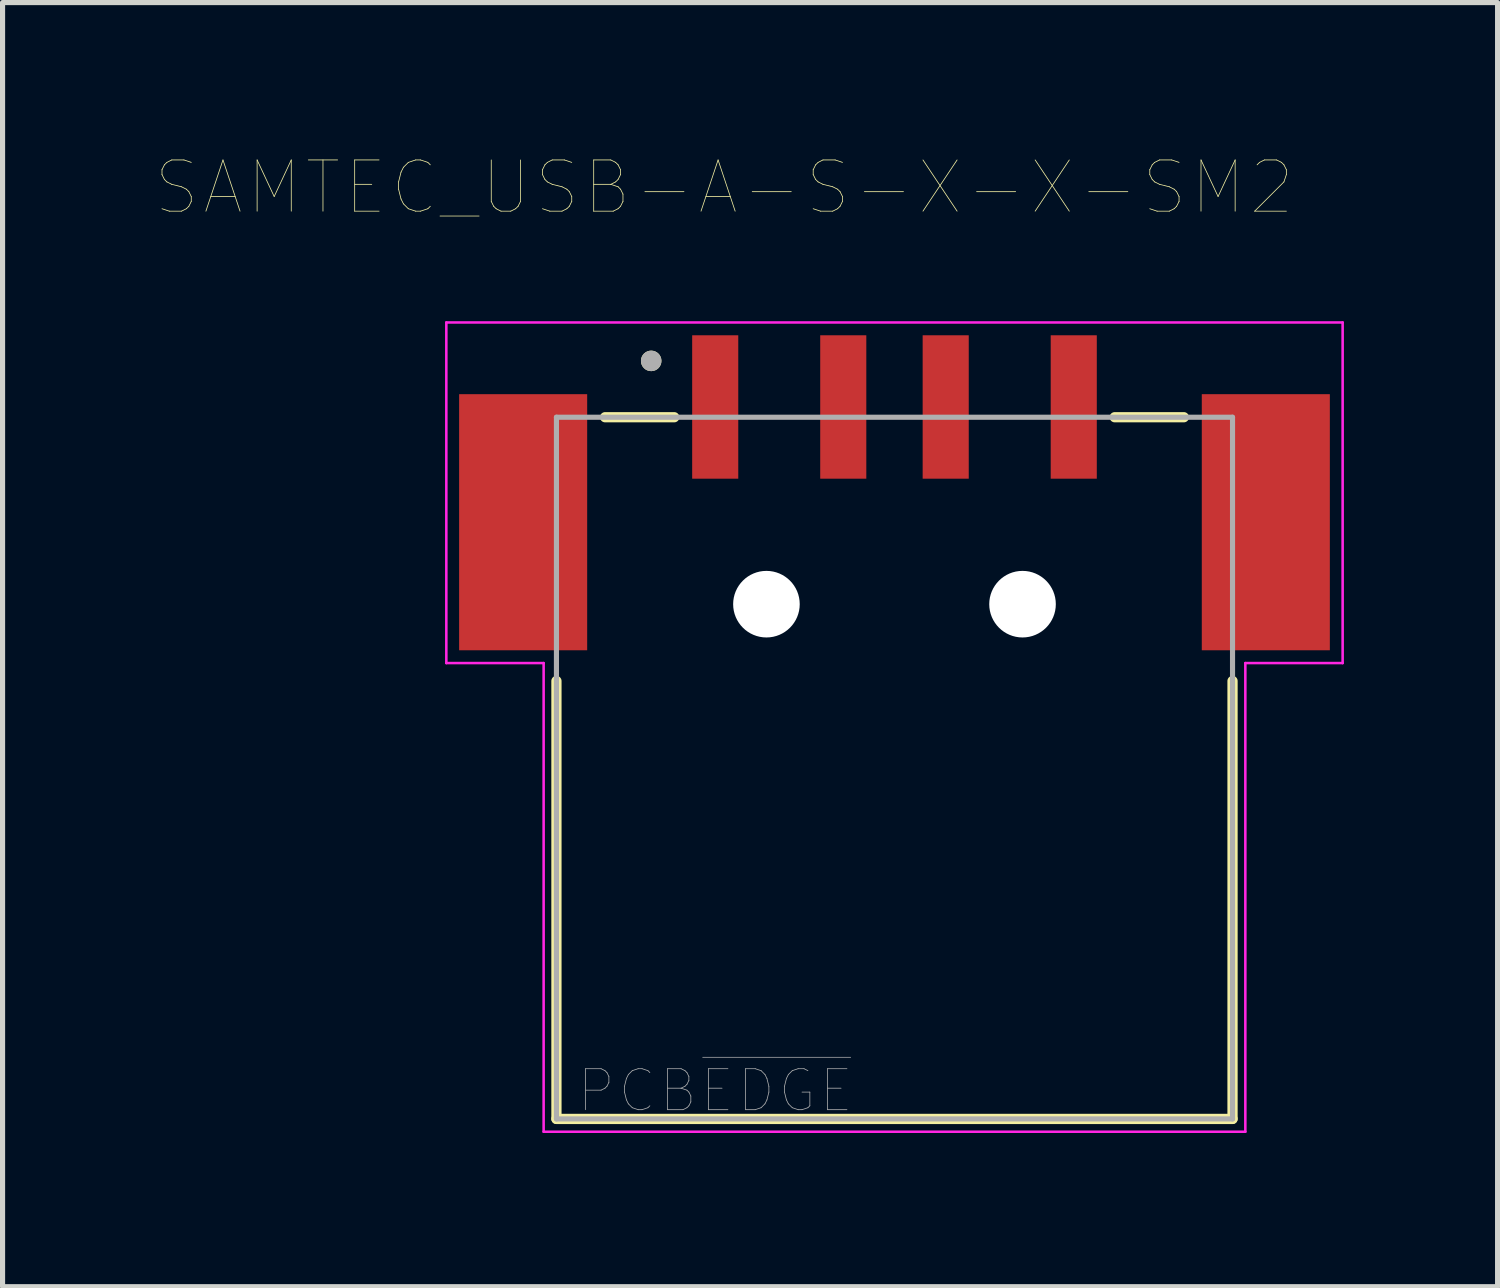
<source format=kicad_pcb>
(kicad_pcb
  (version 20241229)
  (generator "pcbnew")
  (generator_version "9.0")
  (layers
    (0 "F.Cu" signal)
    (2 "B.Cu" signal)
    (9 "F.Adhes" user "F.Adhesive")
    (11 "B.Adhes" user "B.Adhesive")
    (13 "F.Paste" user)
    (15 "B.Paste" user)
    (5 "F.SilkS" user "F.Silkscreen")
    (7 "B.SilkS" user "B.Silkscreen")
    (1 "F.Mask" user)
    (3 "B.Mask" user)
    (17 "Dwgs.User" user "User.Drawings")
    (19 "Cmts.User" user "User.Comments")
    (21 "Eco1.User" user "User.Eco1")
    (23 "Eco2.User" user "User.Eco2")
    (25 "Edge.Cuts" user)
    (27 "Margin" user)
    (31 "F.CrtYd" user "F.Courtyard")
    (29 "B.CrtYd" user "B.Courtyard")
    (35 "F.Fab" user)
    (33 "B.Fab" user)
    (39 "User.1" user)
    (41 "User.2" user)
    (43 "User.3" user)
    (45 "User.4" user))
  (footprint "SAMTEC_USB-A-S-X-X-SM2"
    (layer "F.Cu")
    (at 14.414 8.746)
    (property "Reference" "SAMTEC_USB-A-S-X-X-SM2" (at -3.325 -8.135 0) (layer "F.SilkS") (effects (font (size 1 1) (thickness 0.015))))
    (attr through_hole)
    (fp_line (start -6.6 10.05) (end -6.6 1.5) (stroke (width 0.2) (type solid)) (layer "F.SilkS"))
    (fp_line (start -5.65 -3.65) (end -4.3 -3.65) (stroke (width 0.2) (type solid)) (layer "F.SilkS"))
    (fp_line (start 4.3 -3.65) (end 5.65 -3.65) (stroke (width 0.2) (type solid)) (layer "F.SilkS"))
    (fp_line (start 6.6 1.5) (end 6.6 10.05) (stroke (width 0.2) (type solid)) (layer "F.SilkS"))
    (fp_line (start 6.6 10.05) (end -6.6 10.05) (stroke (width 0.2) (type solid)) (layer "F.SilkS"))
    (fp_circle (center -4.75 -4.75) (end -4.65 -4.75) (stroke (width 0.2) (type solid)) (fill no) (layer "F.SilkS"))
    (fp_line (start -8.75 -5.5) (end 8.75 -5.5) (stroke (width 0.05) (type solid)) (layer "F.CrtYd"))
    (fp_line (start -8.75 1.15) (end -8.75 -5.5) (stroke (width 0.05) (type solid)) (layer "F.CrtYd"))
    (fp_line (start -6.85 1.15) (end -8.75 1.15) (stroke (width 0.05) (type solid)) (layer "F.CrtYd"))
    (fp_line (start -6.85 10.3) (end -6.85 1.15) (stroke (width 0.05) (type solid)) (layer "F.CrtYd"))
    (fp_line (start 6.85 1.15) (end 6.85 10.3) (stroke (width 0.05) (type solid)) (layer "F.CrtYd"))
    (fp_line (start 6.85 10.3) (end -6.85 10.3) (stroke (width 0.05) (type solid)) (layer "F.CrtYd"))
    (fp_line (start 8.75 -5.5) (end 8.75 1.15) (stroke (width 0.05) (type solid)) (layer "F.CrtYd"))
    (fp_line (start 8.75 1.15) (end 6.85 1.15) (stroke (width 0.05) (type solid)) (layer "F.CrtYd"))
    (fp_line (start -6.6 -3.65) (end 6.6 -3.65) (stroke (width 0.1) (type solid)) (layer "F.Fab"))
    (fp_line (start -6.6 10.05) (end -6.6 -3.65) (stroke (width 0.1) (type solid)) (layer "F.Fab"))
    (fp_line (start 6.6 -3.65) (end 6.6 10.05) (stroke (width 0.1) (type solid)) (layer "F.Fab"))
    (fp_line (start 6.6 10.05) (end -6.6 10.05) (stroke (width 0.1) (type solid)) (layer "F.Fab"))
    (fp_circle (center -4.75 -4.75) (end -4.65 -4.75) (stroke (width 0.2) (type solid)) (fill no) (layer "F.Fab"))
    (fp_text user "PCB~{EDGE}" (at -3.5 9.5 0) (layer "F.Fab") (effects (font (size 0.8 0.8) (thickness 0.015))))
    (pad "" np_thru_hole circle (at -2.5 0) (size 1.3 1.3) (drill 1.3) (layers "*.Cu" "*.Mask"))
    (pad "" np_thru_hole circle (at 2.5 0) (size 1.3 1.3) (drill 1.3) (layers "*.Cu" "*.Mask"))
    (pad "01" smd rect (at -3.5 -3.85) (size 0.9 2.8) (layers "F.Cu" "F.Mask" "F.Paste"))
    (pad "02" smd rect (at -1 -3.85) (size 0.9 2.8) (layers "F.Cu" "F.Mask" "F.Paste"))
    (pad "03" smd rect (at 1 -3.85) (size 0.9 2.8) (layers "F.Cu" "F.Mask" "F.Paste"))
    (pad "04" smd rect (at 3.5 -3.85) (size 0.9 2.8) (layers "F.Cu" "F.Mask" "F.Paste"))
    (pad "S1" smd rect (at -7.25 -1.6) (size 2.5 5) (layers "F.Cu" "F.Mask" "F.Paste"))
    (pad "S2" smd rect (at 7.25 -1.6) (size 2.5 5) (layers "F.Cu" "F.Mask" "F.Paste")))
  (gr_rect
    (start -3 -3)
    (end 26.189 22.071)
    (stroke (width 0.1) (type default))
    (fill no)
    (layer "Edge.Cuts")))
</source>
